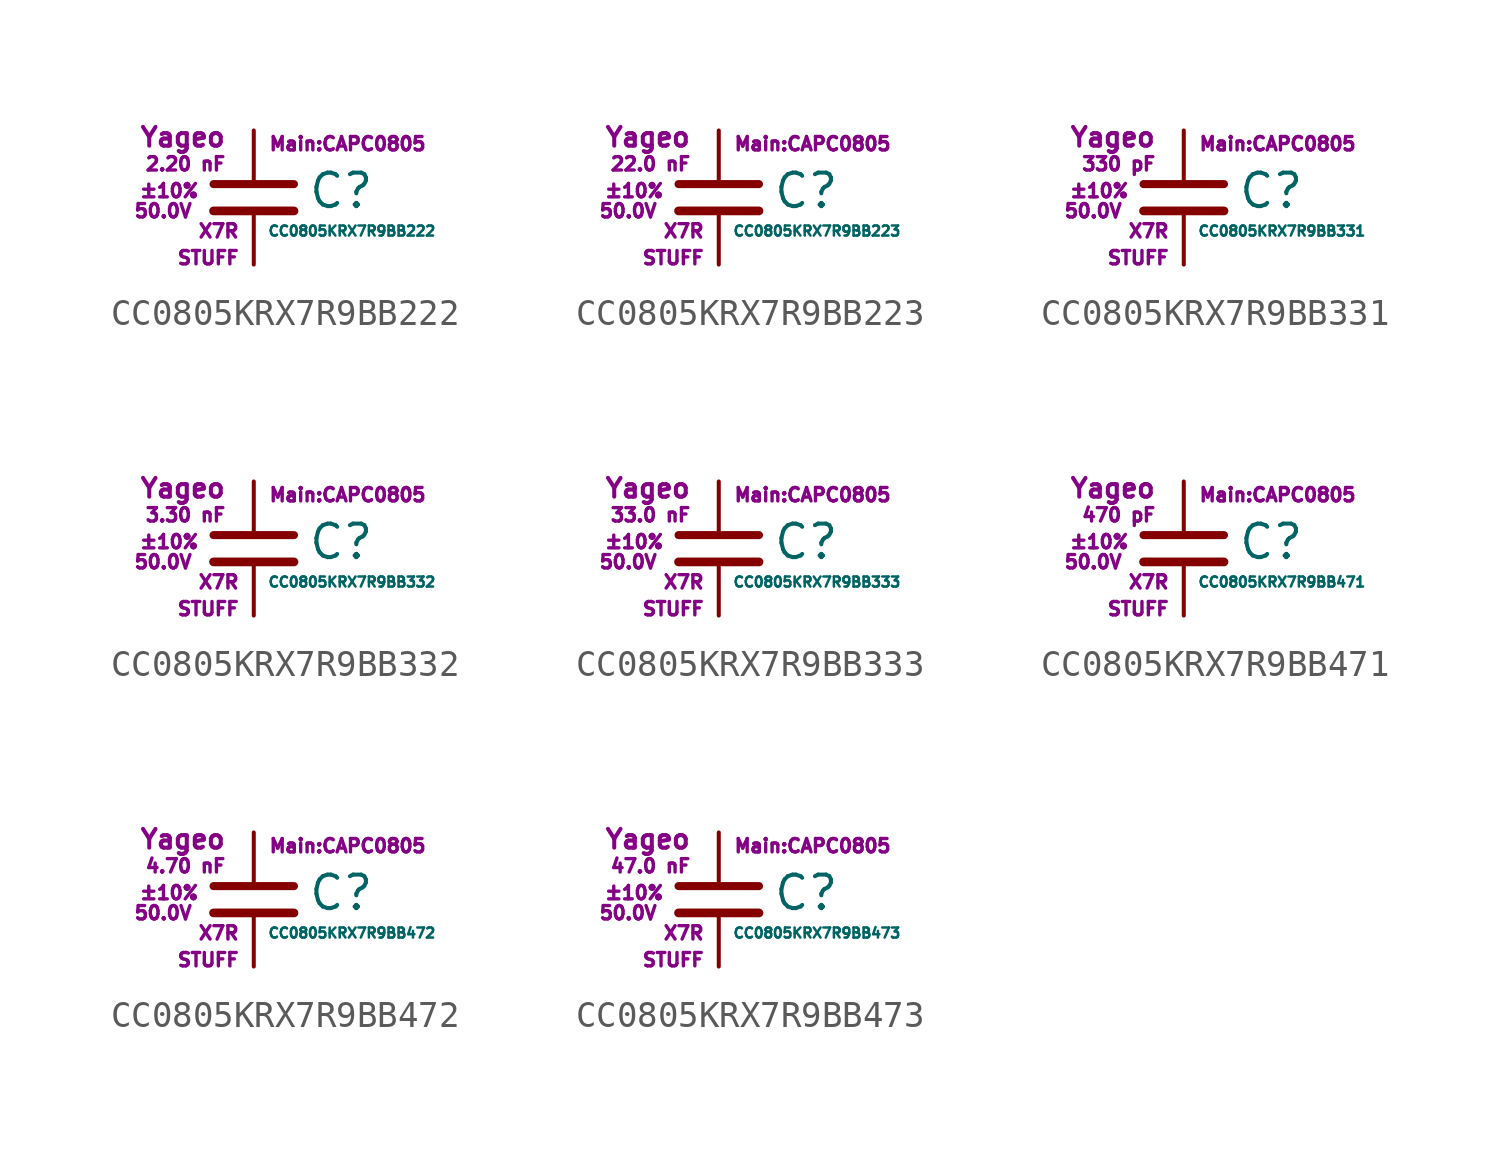
<source format=kicad_sym>
(kicad_symbol_lib
  (version 20211014)
  (generator kicad_symbol_editor)
  (symbol "CC0805KRX7R9BB222"
    (pin_numbers hide)
    (pin_names
      (offset 0.254) hide)
    (property "Reference" "C"
      (at 2.032 0.254 0)
      (effects (font (size 1.27 1.27)) (justify left)))
    (property "Value" "CC0805KRX7R9BB222"
      (at 0.508 -1.27 0)
      (effects (font (size 0.381 0.381)) (justify left)))
    (property "Footprint" "Main:CAPC0805"
      (at 3.556 2.032 0)
      (effects (font (size 0.508 0.508))))
    (property "Datasheet" ""
      (at 0.762 0.508 0)
      (effects (font (size 1.27 1.27))))
    (property "Manufacturer" "Yageo"
      (at -1.016 2.286 0)
      (effects (font (size 0.711 0.711)) (justify right)))
    (property "SKU" "STUFF"
      (at -0.508 -2.286 0)
      (effects (font (size 0.508 0.508)) (justify right)))
    (property "C" "2.20 nF"
      (at -1.016 1.27 0)
      (effects (font (size 0.508 0.508)) (justify right)))
    (property "Tol" "±10%"
      (at -2.032 0.254 0)
      (effects (font (size 0.508 0.508)) (justify right)))
    (property "Vmax" "50.0V"
      (at -2.286 -0.508 0)
      (effects (font (size 0.508 0.508)) (justify right)))
    (property "Type" "X7R"
      (at -0.508 -1.27 0)
      (effects (font (size 0.508 0.508)) (justify right)))
    (symbol "CC0805KRX7R9BB222_0_1"
      (polyline (pts (xy -1.524 -0.508) (xy 1.524 -0.508)) (stroke (width 0.33) (type default) (color 0 0 0 0)) (fill (type none)))
      (polyline (pts (xy -1.524 0.508) (xy 1.524 0.508)) (stroke (width 0.305) (type default) (color 0 0 0 0)) (fill (type none))))
    (symbol "CC0805KRX7R9BB222_1_1"
      (pin passive line (at 0 2.54 270) (length 1.905) (name "~" (effects (font (size 1.016 1.016)))) (number "1" (effects (font (size 1.016 1.016)))))
      (pin passive line (at 0 -2.54 90) (length 2.032) (name "~" (effects (font (size 1.016 1.016)))) (number "2" (effects (font (size 1.016 1.016)))))))
  (symbol "CC0805KRX7R9BB223"
    (pin_numbers hide)
    (pin_names
      (offset 0.254) hide)
    (property "Reference" "C"
      (at 2.032 0.254 0)
      (effects (font (size 1.27 1.27)) (justify left)))
    (property "Value" "CC0805KRX7R9BB223"
      (at 0.508 -1.27 0)
      (effects (font (size 0.381 0.381)) (justify left)))
    (property "Footprint" "Main:CAPC0805"
      (at 3.556 2.032 0)
      (effects (font (size 0.508 0.508))))
    (property "Datasheet" ""
      (at 0.762 0.508 0)
      (effects (font (size 1.27 1.27))))
    (property "Manufacturer" "Yageo"
      (at -1.016 2.286 0)
      (effects (font (size 0.711 0.711)) (justify right)))
    (property "SKU" "STUFF"
      (at -0.508 -2.286 0)
      (effects (font (size 0.508 0.508)) (justify right)))
    (property "C" "22.0 nF"
      (at -1.016 1.27 0)
      (effects (font (size 0.508 0.508)) (justify right)))
    (property "Tol" "±10%"
      (at -2.032 0.254 0)
      (effects (font (size 0.508 0.508)) (justify right)))
    (property "Vmax" "50.0V"
      (at -2.286 -0.508 0)
      (effects (font (size 0.508 0.508)) (justify right)))
    (property "Type" "X7R"
      (at -0.508 -1.27 0)
      (effects (font (size 0.508 0.508)) (justify right)))
    (symbol "CC0805KRX7R9BB223_0_1"
      (polyline (pts (xy -1.524 -0.508) (xy 1.524 -0.508)) (stroke (width 0.33) (type default) (color 0 0 0 0)) (fill (type none)))
      (polyline (pts (xy -1.524 0.508) (xy 1.524 0.508)) (stroke (width 0.305) (type default) (color 0 0 0 0)) (fill (type none))))
    (symbol "CC0805KRX7R9BB223_1_1"
      (pin passive line (at 0 2.54 270) (length 1.905) (name "~" (effects (font (size 1.016 1.016)))) (number "1" (effects (font (size 1.016 1.016)))))
      (pin passive line (at 0 -2.54 90) (length 2.032) (name "~" (effects (font (size 1.016 1.016)))) (number "2" (effects (font (size 1.016 1.016)))))))
  (symbol "CC0805KRX7R9BB331"
    (pin_numbers hide)
    (pin_names
      (offset 0.254) hide)
    (property "Reference" "C"
      (at 2.032 0.254 0)
      (effects (font (size 1.27 1.27)) (justify left)))
    (property "Value" "CC0805KRX7R9BB331"
      (at 0.508 -1.27 0)
      (effects (font (size 0.381 0.381)) (justify left)))
    (property "Footprint" "Main:CAPC0805"
      (at 3.556 2.032 0)
      (effects (font (size 0.508 0.508))))
    (property "Datasheet" ""
      (at 0.762 0.508 0)
      (effects (font (size 1.27 1.27))))
    (property "Manufacturer" "Yageo"
      (at -1.016 2.286 0)
      (effects (font (size 0.711 0.711)) (justify right)))
    (property "SKU" "STUFF"
      (at -0.508 -2.286 0)
      (effects (font (size 0.508 0.508)) (justify right)))
    (property "C" "330 pF"
      (at -1.016 1.27 0)
      (effects (font (size 0.508 0.508)) (justify right)))
    (property "Tol" "±10%"
      (at -2.032 0.254 0)
      (effects (font (size 0.508 0.508)) (justify right)))
    (property "Vmax" "50.0V"
      (at -2.286 -0.508 0)
      (effects (font (size 0.508 0.508)) (justify right)))
    (property "Type" "X7R"
      (at -0.508 -1.27 0)
      (effects (font (size 0.508 0.508)) (justify right)))
    (symbol "CC0805KRX7R9BB331_0_1"
      (polyline (pts (xy -1.524 -0.508) (xy 1.524 -0.508)) (stroke (width 0.33) (type default) (color 0 0 0 0)) (fill (type none)))
      (polyline (pts (xy -1.524 0.508) (xy 1.524 0.508)) (stroke (width 0.305) (type default) (color 0 0 0 0)) (fill (type none))))
    (symbol "CC0805KRX7R9BB331_1_1"
      (pin passive line (at 0 2.54 270) (length 1.905) (name "~" (effects (font (size 1.016 1.016)))) (number "1" (effects (font (size 1.016 1.016)))))
      (pin passive line (at 0 -2.54 90) (length 2.032) (name "~" (effects (font (size 1.016 1.016)))) (number "2" (effects (font (size 1.016 1.016)))))))
  (symbol "CC0805KRX7R9BB332"
    (pin_numbers hide)
    (pin_names
      (offset 0.254) hide)
    (property "Reference" "C"
      (at 2.032 0.254 0)
      (effects (font (size 1.27 1.27)) (justify left)))
    (property "Value" "CC0805KRX7R9BB332"
      (at 0.508 -1.27 0)
      (effects (font (size 0.381 0.381)) (justify left)))
    (property "Footprint" "Main:CAPC0805"
      (at 3.556 2.032 0)
      (effects (font (size 0.508 0.508))))
    (property "Datasheet" ""
      (at 0.762 0.508 0)
      (effects (font (size 1.27 1.27))))
    (property "Manufacturer" "Yageo"
      (at -1.016 2.286 0)
      (effects (font (size 0.711 0.711)) (justify right)))
    (property "SKU" "STUFF"
      (at -0.508 -2.286 0)
      (effects (font (size 0.508 0.508)) (justify right)))
    (property "C" "3.30 nF"
      (at -1.016 1.27 0)
      (effects (font (size 0.508 0.508)) (justify right)))
    (property "Tol" "±10%"
      (at -2.032 0.254 0)
      (effects (font (size 0.508 0.508)) (justify right)))
    (property "Vmax" "50.0V"
      (at -2.286 -0.508 0)
      (effects (font (size 0.508 0.508)) (justify right)))
    (property "Type" "X7R"
      (at -0.508 -1.27 0)
      (effects (font (size 0.508 0.508)) (justify right)))
    (symbol "CC0805KRX7R9BB332_0_1"
      (polyline (pts (xy -1.524 -0.508) (xy 1.524 -0.508)) (stroke (width 0.33) (type default) (color 0 0 0 0)) (fill (type none)))
      (polyline (pts (xy -1.524 0.508) (xy 1.524 0.508)) (stroke (width 0.305) (type default) (color 0 0 0 0)) (fill (type none))))
    (symbol "CC0805KRX7R9BB332_1_1"
      (pin passive line (at 0 2.54 270) (length 1.905) (name "~" (effects (font (size 1.016 1.016)))) (number "1" (effects (font (size 1.016 1.016)))))
      (pin passive line (at 0 -2.54 90) (length 2.032) (name "~" (effects (font (size 1.016 1.016)))) (number "2" (effects (font (size 1.016 1.016)))))))
  (symbol "CC0805KRX7R9BB333"
    (pin_numbers hide)
    (pin_names
      (offset 0.254) hide)
    (property "Reference" "C"
      (at 2.032 0.254 0)
      (effects (font (size 1.27 1.27)) (justify left)))
    (property "Value" "CC0805KRX7R9BB333"
      (at 0.508 -1.27 0)
      (effects (font (size 0.381 0.381)) (justify left)))
    (property "Footprint" "Main:CAPC0805"
      (at 3.556 2.032 0)
      (effects (font (size 0.508 0.508))))
    (property "Datasheet" ""
      (at 0.762 0.508 0)
      (effects (font (size 1.27 1.27))))
    (property "Manufacturer" "Yageo"
      (at -1.016 2.286 0)
      (effects (font (size 0.711 0.711)) (justify right)))
    (property "SKU" "STUFF"
      (at -0.508 -2.286 0)
      (effects (font (size 0.508 0.508)) (justify right)))
    (property "C" "33.0 nF"
      (at -1.016 1.27 0)
      (effects (font (size 0.508 0.508)) (justify right)))
    (property "Tol" "±10%"
      (at -2.032 0.254 0)
      (effects (font (size 0.508 0.508)) (justify right)))
    (property "Vmax" "50.0V"
      (at -2.286 -0.508 0)
      (effects (font (size 0.508 0.508)) (justify right)))
    (property "Type" "X7R"
      (at -0.508 -1.27 0)
      (effects (font (size 0.508 0.508)) (justify right)))
    (symbol "CC0805KRX7R9BB333_0_1"
      (polyline (pts (xy -1.524 -0.508) (xy 1.524 -0.508)) (stroke (width 0.33) (type default) (color 0 0 0 0)) (fill (type none)))
      (polyline (pts (xy -1.524 0.508) (xy 1.524 0.508)) (stroke (width 0.305) (type default) (color 0 0 0 0)) (fill (type none))))
    (symbol "CC0805KRX7R9BB333_1_1"
      (pin passive line (at 0 2.54 270) (length 1.905) (name "~" (effects (font (size 1.016 1.016)))) (number "1" (effects (font (size 1.016 1.016)))))
      (pin passive line (at 0 -2.54 90) (length 2.032) (name "~" (effects (font (size 1.016 1.016)))) (number "2" (effects (font (size 1.016 1.016)))))))
  (symbol "CC0805KRX7R9BB471"
    (pin_numbers hide)
    (pin_names
      (offset 0.254) hide)
    (property "Reference" "C"
      (at 2.032 0.254 0)
      (effects (font (size 1.27 1.27)) (justify left)))
    (property "Value" "CC0805KRX7R9BB471"
      (at 0.508 -1.27 0)
      (effects (font (size 0.381 0.381)) (justify left)))
    (property "Footprint" "Main:CAPC0805"
      (at 3.556 2.032 0)
      (effects (font (size 0.508 0.508))))
    (property "Datasheet" ""
      (at 0.762 0.508 0)
      (effects (font (size 1.27 1.27))))
    (property "Manufacturer" "Yageo"
      (at -1.016 2.286 0)
      (effects (font (size 0.711 0.711)) (justify right)))
    (property "SKU" "STUFF"
      (at -0.508 -2.286 0)
      (effects (font (size 0.508 0.508)) (justify right)))
    (property "C" "470 pF"
      (at -1.016 1.27 0)
      (effects (font (size 0.508 0.508)) (justify right)))
    (property "Tol" "±10%"
      (at -2.032 0.254 0)
      (effects (font (size 0.508 0.508)) (justify right)))
    (property "Vmax" "50.0V"
      (at -2.286 -0.508 0)
      (effects (font (size 0.508 0.508)) (justify right)))
    (property "Type" "X7R"
      (at -0.508 -1.27 0)
      (effects (font (size 0.508 0.508)) (justify right)))
    (symbol "CC0805KRX7R9BB471_0_1"
      (polyline (pts (xy -1.524 -0.508) (xy 1.524 -0.508)) (stroke (width 0.33) (type default) (color 0 0 0 0)) (fill (type none)))
      (polyline (pts (xy -1.524 0.508) (xy 1.524 0.508)) (stroke (width 0.305) (type default) (color 0 0 0 0)) (fill (type none))))
    (symbol "CC0805KRX7R9BB471_1_1"
      (pin passive line (at 0 2.54 270) (length 1.905) (name "~" (effects (font (size 1.016 1.016)))) (number "1" (effects (font (size 1.016 1.016)))))
      (pin passive line (at 0 -2.54 90) (length 2.032) (name "~" (effects (font (size 1.016 1.016)))) (number "2" (effects (font (size 1.016 1.016)))))))
  (symbol "CC0805KRX7R9BB472"
    (pin_numbers hide)
    (pin_names
      (offset 0.254) hide)
    (property "Reference" "C"
      (at 2.032 0.254 0)
      (effects (font (size 1.27 1.27)) (justify left)))
    (property "Value" "CC0805KRX7R9BB472"
      (at 0.508 -1.27 0)
      (effects (font (size 0.381 0.381)) (justify left)))
    (property "Footprint" "Main:CAPC0805"
      (at 3.556 2.032 0)
      (effects (font (size 0.508 0.508))))
    (property "Datasheet" ""
      (at 0.762 0.508 0)
      (effects (font (size 1.27 1.27))))
    (property "Manufacturer" "Yageo"
      (at -1.016 2.286 0)
      (effects (font (size 0.711 0.711)) (justify right)))
    (property "SKU" "STUFF"
      (at -0.508 -2.286 0)
      (effects (font (size 0.508 0.508)) (justify right)))
    (property "C" "4.70 nF"
      (at -1.016 1.27 0)
      (effects (font (size 0.508 0.508)) (justify right)))
    (property "Tol" "±10%"
      (at -2.032 0.254 0)
      (effects (font (size 0.508 0.508)) (justify right)))
    (property "Vmax" "50.0V"
      (at -2.286 -0.508 0)
      (effects (font (size 0.508 0.508)) (justify right)))
    (property "Type" "X7R"
      (at -0.508 -1.27 0)
      (effects (font (size 0.508 0.508)) (justify right)))
    (symbol "CC0805KRX7R9BB472_0_1"
      (polyline (pts (xy -1.524 -0.508) (xy 1.524 -0.508)) (stroke (width 0.33) (type default) (color 0 0 0 0)) (fill (type none)))
      (polyline (pts (xy -1.524 0.508) (xy 1.524 0.508)) (stroke (width 0.305) (type default) (color 0 0 0 0)) (fill (type none))))
    (symbol "CC0805KRX7R9BB472_1_1"
      (pin passive line (at 0 2.54 270) (length 1.905) (name "~" (effects (font (size 1.016 1.016)))) (number "1" (effects (font (size 1.016 1.016)))))
      (pin passive line (at 0 -2.54 90) (length 2.032) (name "~" (effects (font (size 1.016 1.016)))) (number "2" (effects (font (size 1.016 1.016)))))))
  (symbol "CC0805KRX7R9BB473"
    (pin_numbers hide)
    (pin_names
      (offset 0.254) hide)
    (property "Reference" "C"
      (at 2.032 0.254 0)
      (effects (font (size 1.27 1.27)) (justify left)))
    (property "Value" "CC0805KRX7R9BB473"
      (at 0.508 -1.27 0)
      (effects (font (size 0.381 0.381)) (justify left)))
    (property "Footprint" "Main:CAPC0805"
      (at 3.556 2.032 0)
      (effects (font (size 0.508 0.508))))
    (property "Datasheet" ""
      (at 0.762 0.508 0)
      (effects (font (size 1.27 1.27))))
    (property "Manufacturer" "Yageo"
      (at -1.016 2.286 0)
      (effects (font (size 0.711 0.711)) (justify right)))
    (property "SKU" "STUFF"
      (at -0.508 -2.286 0)
      (effects (font (size 0.508 0.508)) (justify right)))
    (property "C" "47.0 nF"
      (at -1.016 1.27 0)
      (effects (font (size 0.508 0.508)) (justify right)))
    (property "Tol" "±10%"
      (at -2.032 0.254 0)
      (effects (font (size 0.508 0.508)) (justify right)))
    (property "Vmax" "50.0V"
      (at -2.286 -0.508 0)
      (effects (font (size 0.508 0.508)) (justify right)))
    (property "Type" "X7R"
      (at -0.508 -1.27 0)
      (effects (font (size 0.508 0.508)) (justify right)))
    (symbol "CC0805KRX7R9BB473_0_1"
      (polyline (pts (xy -1.524 -0.508) (xy 1.524 -0.508)) (stroke (width 0.33) (type default) (color 0 0 0 0)) (fill (type none)))
      (polyline (pts (xy -1.524 0.508) (xy 1.524 0.508)) (stroke (width 0.305) (type default) (color 0 0 0 0)) (fill (type none))))
    (symbol "CC0805KRX7R9BB473_1_1"
      (pin passive line (at 0 2.54 270) (length 1.905) (name "~" (effects (font (size 1.016 1.016)))) (number "1" (effects (font (size 1.016 1.016)))))
      (pin passive line (at 0 -2.54 90) (length 2.032) (name "~" (effects (font (size 1.016 1.016)))) (number "2" (effects (font (size 1.016 1.016))))))))
</source>
